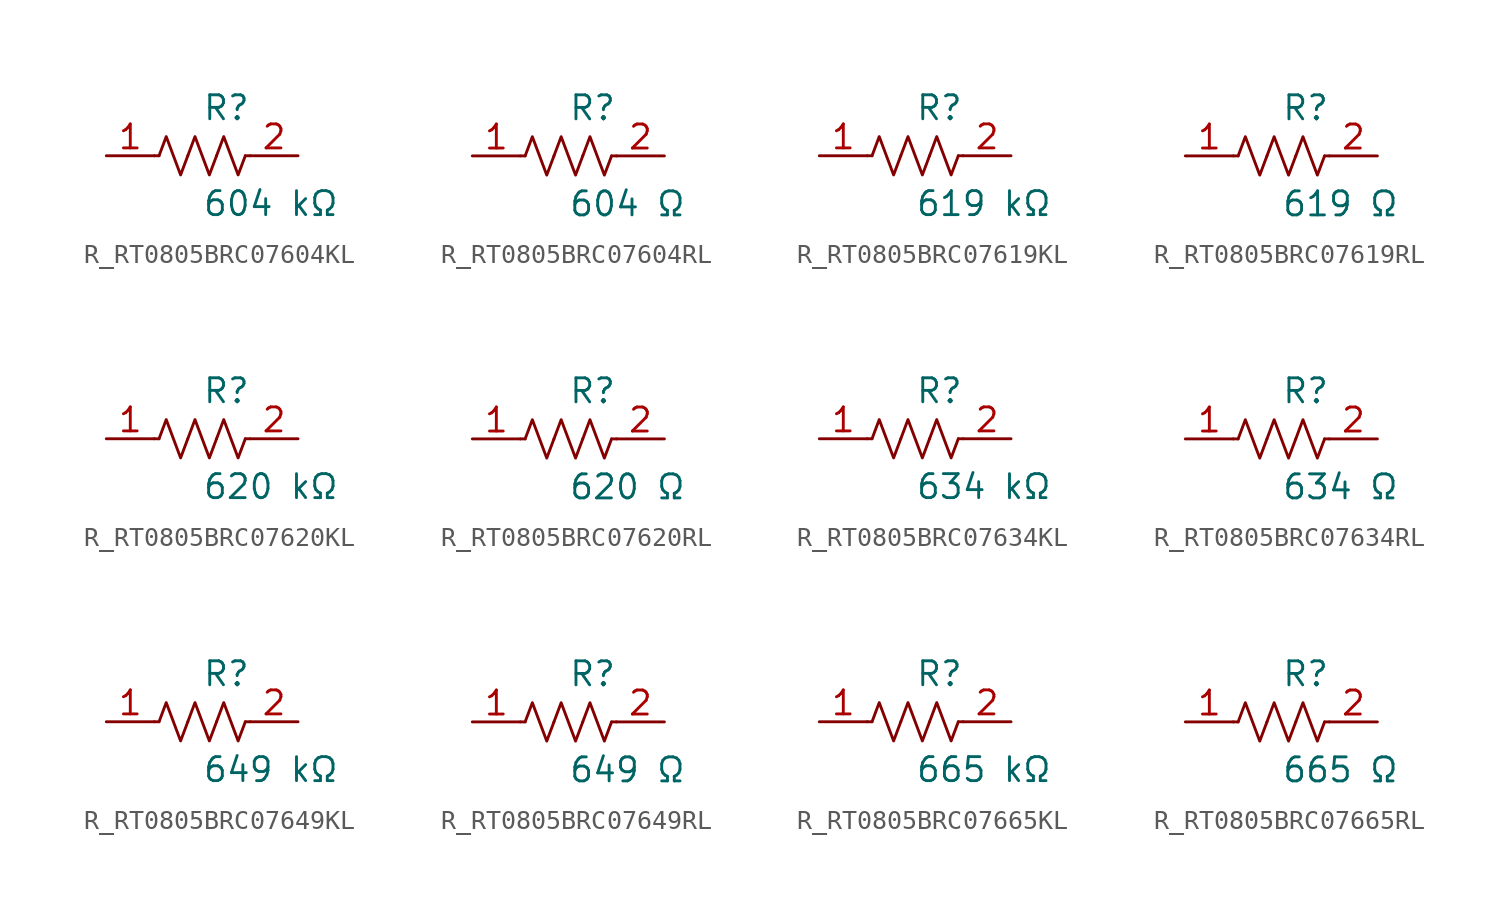
<source format=kicad_sym>
(kicad_symbol_lib
  (version 20231120)
  (generator kicad_symbol_editor)
  (generator_version 8.0)
  (symbol "R_RT0805BRC07604KL"
    (pin_names
      (offset 0.254))
    (property "Reference" "R"
      (at 0 2.54 0)
      (effects (font (size 1.27 1.27)) (justify left)))
    (property "Value" "604 kΩ"
      (at 0 -2.54 0)
      (effects (font (size 1.27 1.27)) (justify left)))
    (symbol "R_RT0805BRC07604KL_0_1"
      (polyline (pts (xy 2.286 0) (xy 2.54 0)) (stroke (width 0) (type default)) (fill (type none)))
      (polyline (pts (xy -2.286 0) (xy -2.54 0)) (stroke (width 0) (type default)) (fill (type none)))
      (polyline (pts (xy 0.762 0) (xy 1.143 1.016) (xy 1.524 0) (xy 1.905 -1.016) (xy 2.286 0)) (stroke (width 0) (type default)) (fill (type none)))
      (polyline (pts (xy -0.762 0) (xy -0.381 1.016) (xy 0 0) (xy 0.381 -1.016) (xy 0.762 0)) (stroke (width 0) (type default)) (fill (type none)))
      (polyline (pts (xy -2.286 0) (xy -1.905 1.016) (xy -1.524 0) (xy -1.143 -1.016) (xy -0.762 0)) (stroke (width 0) (type default)) (fill (type none))))
    (pin unspecified line
      (at -5.08 0 0)
      (length 2.54)
      (name "" (effects (font (size 1.27 1.27))))
      (number "1" (effects (font (size 1.27 1.27)))))
    (pin unspecified line
      (at 5.08 0 180)
      (length 2.54)
      (name "" (effects (font (size 1.27 1.27))))
      (number "2" (effects (font (size 1.27 1.27))))))
  (symbol "R_RT0805BRC07604RL"
    (pin_names
      (offset 0.254))
    (property "Reference" "R"
      (at 0 2.54 0)
      (effects (font (size 1.27 1.27)) (justify left)))
    (property "Value" "604 Ω"
      (at 0 -2.54 0)
      (effects (font (size 1.27 1.27)) (justify left)))
    (symbol "R_RT0805BRC07604RL_0_1"
      (polyline (pts (xy 2.286 0) (xy 2.54 0)) (stroke (width 0) (type default)) (fill (type none)))
      (polyline (pts (xy -2.286 0) (xy -2.54 0)) (stroke (width 0) (type default)) (fill (type none)))
      (polyline (pts (xy 0.762 0) (xy 1.143 1.016) (xy 1.524 0) (xy 1.905 -1.016) (xy 2.286 0)) (stroke (width 0) (type default)) (fill (type none)))
      (polyline (pts (xy -0.762 0) (xy -0.381 1.016) (xy 0 0) (xy 0.381 -1.016) (xy 0.762 0)) (stroke (width 0) (type default)) (fill (type none)))
      (polyline (pts (xy -2.286 0) (xy -1.905 1.016) (xy -1.524 0) (xy -1.143 -1.016) (xy -0.762 0)) (stroke (width 0) (type default)) (fill (type none))))
    (pin unspecified line
      (at -5.08 0 0)
      (length 2.54)
      (name "" (effects (font (size 1.27 1.27))))
      (number "1" (effects (font (size 1.27 1.27)))))
    (pin unspecified line
      (at 5.08 0 180)
      (length 2.54)
      (name "" (effects (font (size 1.27 1.27))))
      (number "2" (effects (font (size 1.27 1.27))))))
  (symbol "R_RT0805BRC07619KL"
    (pin_names
      (offset 0.254))
    (property "Reference" "R"
      (at 0 2.54 0)
      (effects (font (size 1.27 1.27)) (justify left)))
    (property "Value" "619 kΩ"
      (at 0 -2.54 0)
      (effects (font (size 1.27 1.27)) (justify left)))
    (symbol "R_RT0805BRC07619KL_0_1"
      (polyline (pts (xy 2.286 0) (xy 2.54 0)) (stroke (width 0) (type default)) (fill (type none)))
      (polyline (pts (xy -2.286 0) (xy -2.54 0)) (stroke (width 0) (type default)) (fill (type none)))
      (polyline (pts (xy 0.762 0) (xy 1.143 1.016) (xy 1.524 0) (xy 1.905 -1.016) (xy 2.286 0)) (stroke (width 0) (type default)) (fill (type none)))
      (polyline (pts (xy -0.762 0) (xy -0.381 1.016) (xy 0 0) (xy 0.381 -1.016) (xy 0.762 0)) (stroke (width 0) (type default)) (fill (type none)))
      (polyline (pts (xy -2.286 0) (xy -1.905 1.016) (xy -1.524 0) (xy -1.143 -1.016) (xy -0.762 0)) (stroke (width 0) (type default)) (fill (type none))))
    (pin unspecified line
      (at -5.08 0 0)
      (length 2.54)
      (name "" (effects (font (size 1.27 1.27))))
      (number "1" (effects (font (size 1.27 1.27)))))
    (pin unspecified line
      (at 5.08 0 180)
      (length 2.54)
      (name "" (effects (font (size 1.27 1.27))))
      (number "2" (effects (font (size 1.27 1.27))))))
  (symbol "R_RT0805BRC07619RL"
    (pin_names
      (offset 0.254))
    (property "Reference" "R"
      (at 0 2.54 0)
      (effects (font (size 1.27 1.27)) (justify left)))
    (property "Value" "619 Ω"
      (at 0 -2.54 0)
      (effects (font (size 1.27 1.27)) (justify left)))
    (symbol "R_RT0805BRC07619RL_0_1"
      (polyline (pts (xy 2.286 0) (xy 2.54 0)) (stroke (width 0) (type default)) (fill (type none)))
      (polyline (pts (xy -2.286 0) (xy -2.54 0)) (stroke (width 0) (type default)) (fill (type none)))
      (polyline (pts (xy 0.762 0) (xy 1.143 1.016) (xy 1.524 0) (xy 1.905 -1.016) (xy 2.286 0)) (stroke (width 0) (type default)) (fill (type none)))
      (polyline (pts (xy -0.762 0) (xy -0.381 1.016) (xy 0 0) (xy 0.381 -1.016) (xy 0.762 0)) (stroke (width 0) (type default)) (fill (type none)))
      (polyline (pts (xy -2.286 0) (xy -1.905 1.016) (xy -1.524 0) (xy -1.143 -1.016) (xy -0.762 0)) (stroke (width 0) (type default)) (fill (type none))))
    (pin unspecified line
      (at -5.08 0 0)
      (length 2.54)
      (name "" (effects (font (size 1.27 1.27))))
      (number "1" (effects (font (size 1.27 1.27)))))
    (pin unspecified line
      (at 5.08 0 180)
      (length 2.54)
      (name "" (effects (font (size 1.27 1.27))))
      (number "2" (effects (font (size 1.27 1.27))))))
  (symbol "R_RT0805BRC07620KL"
    (pin_names
      (offset 0.254))
    (property "Reference" "R"
      (at 0 2.54 0)
      (effects (font (size 1.27 1.27)) (justify left)))
    (property "Value" "620 kΩ"
      (at 0 -2.54 0)
      (effects (font (size 1.27 1.27)) (justify left)))
    (symbol "R_RT0805BRC07620KL_0_1"
      (polyline (pts (xy 2.286 0) (xy 2.54 0)) (stroke (width 0) (type default)) (fill (type none)))
      (polyline (pts (xy -2.286 0) (xy -2.54 0)) (stroke (width 0) (type default)) (fill (type none)))
      (polyline (pts (xy 0.762 0) (xy 1.143 1.016) (xy 1.524 0) (xy 1.905 -1.016) (xy 2.286 0)) (stroke (width 0) (type default)) (fill (type none)))
      (polyline (pts (xy -0.762 0) (xy -0.381 1.016) (xy 0 0) (xy 0.381 -1.016) (xy 0.762 0)) (stroke (width 0) (type default)) (fill (type none)))
      (polyline (pts (xy -2.286 0) (xy -1.905 1.016) (xy -1.524 0) (xy -1.143 -1.016) (xy -0.762 0)) (stroke (width 0) (type default)) (fill (type none))))
    (pin unspecified line
      (at -5.08 0 0)
      (length 2.54)
      (name "" (effects (font (size 1.27 1.27))))
      (number "1" (effects (font (size 1.27 1.27)))))
    (pin unspecified line
      (at 5.08 0 180)
      (length 2.54)
      (name "" (effects (font (size 1.27 1.27))))
      (number "2" (effects (font (size 1.27 1.27))))))
  (symbol "R_RT0805BRC07620RL"
    (pin_names
      (offset 0.254))
    (property "Reference" "R"
      (at 0 2.54 0)
      (effects (font (size 1.27 1.27)) (justify left)))
    (property "Value" "620 Ω"
      (at 0 -2.54 0)
      (effects (font (size 1.27 1.27)) (justify left)))
    (symbol "R_RT0805BRC07620RL_0_1"
      (polyline (pts (xy 2.286 0) (xy 2.54 0)) (stroke (width 0) (type default)) (fill (type none)))
      (polyline (pts (xy -2.286 0) (xy -2.54 0)) (stroke (width 0) (type default)) (fill (type none)))
      (polyline (pts (xy 0.762 0) (xy 1.143 1.016) (xy 1.524 0) (xy 1.905 -1.016) (xy 2.286 0)) (stroke (width 0) (type default)) (fill (type none)))
      (polyline (pts (xy -0.762 0) (xy -0.381 1.016) (xy 0 0) (xy 0.381 -1.016) (xy 0.762 0)) (stroke (width 0) (type default)) (fill (type none)))
      (polyline (pts (xy -2.286 0) (xy -1.905 1.016) (xy -1.524 0) (xy -1.143 -1.016) (xy -0.762 0)) (stroke (width 0) (type default)) (fill (type none))))
    (pin unspecified line
      (at -5.08 0 0)
      (length 2.54)
      (name "" (effects (font (size 1.27 1.27))))
      (number "1" (effects (font (size 1.27 1.27)))))
    (pin unspecified line
      (at 5.08 0 180)
      (length 2.54)
      (name "" (effects (font (size 1.27 1.27))))
      (number "2" (effects (font (size 1.27 1.27))))))
  (symbol "R_RT0805BRC07634KL"
    (pin_names
      (offset 0.254))
    (property "Reference" "R"
      (at 0 2.54 0)
      (effects (font (size 1.27 1.27)) (justify left)))
    (property "Value" "634 kΩ"
      (at 0 -2.54 0)
      (effects (font (size 1.27 1.27)) (justify left)))
    (symbol "R_RT0805BRC07634KL_0_1"
      (polyline (pts (xy 2.286 0) (xy 2.54 0)) (stroke (width 0) (type default)) (fill (type none)))
      (polyline (pts (xy -2.286 0) (xy -2.54 0)) (stroke (width 0) (type default)) (fill (type none)))
      (polyline (pts (xy 0.762 0) (xy 1.143 1.016) (xy 1.524 0) (xy 1.905 -1.016) (xy 2.286 0)) (stroke (width 0) (type default)) (fill (type none)))
      (polyline (pts (xy -0.762 0) (xy -0.381 1.016) (xy 0 0) (xy 0.381 -1.016) (xy 0.762 0)) (stroke (width 0) (type default)) (fill (type none)))
      (polyline (pts (xy -2.286 0) (xy -1.905 1.016) (xy -1.524 0) (xy -1.143 -1.016) (xy -0.762 0)) (stroke (width 0) (type default)) (fill (type none))))
    (pin unspecified line
      (at -5.08 0 0)
      (length 2.54)
      (name "" (effects (font (size 1.27 1.27))))
      (number "1" (effects (font (size 1.27 1.27)))))
    (pin unspecified line
      (at 5.08 0 180)
      (length 2.54)
      (name "" (effects (font (size 1.27 1.27))))
      (number "2" (effects (font (size 1.27 1.27))))))
  (symbol "R_RT0805BRC07634RL"
    (pin_names
      (offset 0.254))
    (property "Reference" "R"
      (at 0 2.54 0)
      (effects (font (size 1.27 1.27)) (justify left)))
    (property "Value" "634 Ω"
      (at 0 -2.54 0)
      (effects (font (size 1.27 1.27)) (justify left)))
    (symbol "R_RT0805BRC07634RL_0_1"
      (polyline (pts (xy 2.286 0) (xy 2.54 0)) (stroke (width 0) (type default)) (fill (type none)))
      (polyline (pts (xy -2.286 0) (xy -2.54 0)) (stroke (width 0) (type default)) (fill (type none)))
      (polyline (pts (xy 0.762 0) (xy 1.143 1.016) (xy 1.524 0) (xy 1.905 -1.016) (xy 2.286 0)) (stroke (width 0) (type default)) (fill (type none)))
      (polyline (pts (xy -0.762 0) (xy -0.381 1.016) (xy 0 0) (xy 0.381 -1.016) (xy 0.762 0)) (stroke (width 0) (type default)) (fill (type none)))
      (polyline (pts (xy -2.286 0) (xy -1.905 1.016) (xy -1.524 0) (xy -1.143 -1.016) (xy -0.762 0)) (stroke (width 0) (type default)) (fill (type none))))
    (pin unspecified line
      (at -5.08 0 0)
      (length 2.54)
      (name "" (effects (font (size 1.27 1.27))))
      (number "1" (effects (font (size 1.27 1.27)))))
    (pin unspecified line
      (at 5.08 0 180)
      (length 2.54)
      (name "" (effects (font (size 1.27 1.27))))
      (number "2" (effects (font (size 1.27 1.27))))))
  (symbol "R_RT0805BRC07649KL"
    (pin_names
      (offset 0.254))
    (property "Reference" "R"
      (at 0 2.54 0)
      (effects (font (size 1.27 1.27)) (justify left)))
    (property "Value" "649 kΩ"
      (at 0 -2.54 0)
      (effects (font (size 1.27 1.27)) (justify left)))
    (symbol "R_RT0805BRC07649KL_0_1"
      (polyline (pts (xy 2.286 0) (xy 2.54 0)) (stroke (width 0) (type default)) (fill (type none)))
      (polyline (pts (xy -2.286 0) (xy -2.54 0)) (stroke (width 0) (type default)) (fill (type none)))
      (polyline (pts (xy 0.762 0) (xy 1.143 1.016) (xy 1.524 0) (xy 1.905 -1.016) (xy 2.286 0)) (stroke (width 0) (type default)) (fill (type none)))
      (polyline (pts (xy -0.762 0) (xy -0.381 1.016) (xy 0 0) (xy 0.381 -1.016) (xy 0.762 0)) (stroke (width 0) (type default)) (fill (type none)))
      (polyline (pts (xy -2.286 0) (xy -1.905 1.016) (xy -1.524 0) (xy -1.143 -1.016) (xy -0.762 0)) (stroke (width 0) (type default)) (fill (type none))))
    (pin unspecified line
      (at -5.08 0 0)
      (length 2.54)
      (name "" (effects (font (size 1.27 1.27))))
      (number "1" (effects (font (size 1.27 1.27)))))
    (pin unspecified line
      (at 5.08 0 180)
      (length 2.54)
      (name "" (effects (font (size 1.27 1.27))))
      (number "2" (effects (font (size 1.27 1.27))))))
  (symbol "R_RT0805BRC07649RL"
    (pin_names
      (offset 0.254))
    (property "Reference" "R"
      (at 0 2.54 0)
      (effects (font (size 1.27 1.27)) (justify left)))
    (property "Value" "649 Ω"
      (at 0 -2.54 0)
      (effects (font (size 1.27 1.27)) (justify left)))
    (symbol "R_RT0805BRC07649RL_0_1"
      (polyline (pts (xy 2.286 0) (xy 2.54 0)) (stroke (width 0) (type default)) (fill (type none)))
      (polyline (pts (xy -2.286 0) (xy -2.54 0)) (stroke (width 0) (type default)) (fill (type none)))
      (polyline (pts (xy 0.762 0) (xy 1.143 1.016) (xy 1.524 0) (xy 1.905 -1.016) (xy 2.286 0)) (stroke (width 0) (type default)) (fill (type none)))
      (polyline (pts (xy -0.762 0) (xy -0.381 1.016) (xy 0 0) (xy 0.381 -1.016) (xy 0.762 0)) (stroke (width 0) (type default)) (fill (type none)))
      (polyline (pts (xy -2.286 0) (xy -1.905 1.016) (xy -1.524 0) (xy -1.143 -1.016) (xy -0.762 0)) (stroke (width 0) (type default)) (fill (type none))))
    (pin unspecified line
      (at -5.08 0 0)
      (length 2.54)
      (name "" (effects (font (size 1.27 1.27))))
      (number "1" (effects (font (size 1.27 1.27)))))
    (pin unspecified line
      (at 5.08 0 180)
      (length 2.54)
      (name "" (effects (font (size 1.27 1.27))))
      (number "2" (effects (font (size 1.27 1.27))))))
  (symbol "R_RT0805BRC07665KL"
    (pin_names
      (offset 0.254))
    (property "Reference" "R"
      (at 0 2.54 0)
      (effects (font (size 1.27 1.27)) (justify left)))
    (property "Value" "665 kΩ"
      (at 0 -2.54 0)
      (effects (font (size 1.27 1.27)) (justify left)))
    (symbol "R_RT0805BRC07665KL_0_1"
      (polyline (pts (xy 2.286 0) (xy 2.54 0)) (stroke (width 0) (type default)) (fill (type none)))
      (polyline (pts (xy -2.286 0) (xy -2.54 0)) (stroke (width 0) (type default)) (fill (type none)))
      (polyline (pts (xy 0.762 0) (xy 1.143 1.016) (xy 1.524 0) (xy 1.905 -1.016) (xy 2.286 0)) (stroke (width 0) (type default)) (fill (type none)))
      (polyline (pts (xy -0.762 0) (xy -0.381 1.016) (xy 0 0) (xy 0.381 -1.016) (xy 0.762 0)) (stroke (width 0) (type default)) (fill (type none)))
      (polyline (pts (xy -2.286 0) (xy -1.905 1.016) (xy -1.524 0) (xy -1.143 -1.016) (xy -0.762 0)) (stroke (width 0) (type default)) (fill (type none))))
    (pin unspecified line
      (at -5.08 0 0)
      (length 2.54)
      (name "" (effects (font (size 1.27 1.27))))
      (number "1" (effects (font (size 1.27 1.27)))))
    (pin unspecified line
      (at 5.08 0 180)
      (length 2.54)
      (name "" (effects (font (size 1.27 1.27))))
      (number "2" (effects (font (size 1.27 1.27))))))
  (symbol "R_RT0805BRC07665RL"
    (pin_names
      (offset 0.254))
    (property "Reference" "R"
      (at 0 2.54 0)
      (effects (font (size 1.27 1.27)) (justify left)))
    (property "Value" "665 Ω"
      (at 0 -2.54 0)
      (effects (font (size 1.27 1.27)) (justify left)))
    (symbol "R_RT0805BRC07665RL_0_1"
      (polyline (pts (xy 2.286 0) (xy 2.54 0)) (stroke (width 0) (type default)) (fill (type none)))
      (polyline (pts (xy -2.286 0) (xy -2.54 0)) (stroke (width 0) (type default)) (fill (type none)))
      (polyline (pts (xy 0.762 0) (xy 1.143 1.016) (xy 1.524 0) (xy 1.905 -1.016) (xy 2.286 0)) (stroke (width 0) (type default)) (fill (type none)))
      (polyline (pts (xy -0.762 0) (xy -0.381 1.016) (xy 0 0) (xy 0.381 -1.016) (xy 0.762 0)) (stroke (width 0) (type default)) (fill (type none)))
      (polyline (pts (xy -2.286 0) (xy -1.905 1.016) (xy -1.524 0) (xy -1.143 -1.016) (xy -0.762 0)) (stroke (width 0) (type default)) (fill (type none))))
    (pin unspecified line
      (at -5.08 0 0)
      (length 2.54)
      (name "" (effects (font (size 1.27 1.27))))
      (number "1" (effects (font (size 1.27 1.27)))))
    (pin unspecified line
      (at 5.08 0 180)
      (length 2.54)
      (name "" (effects (font (size 1.27 1.27))))
      (number "2" (effects (font (size 1.27 1.27)))))))
</source>
